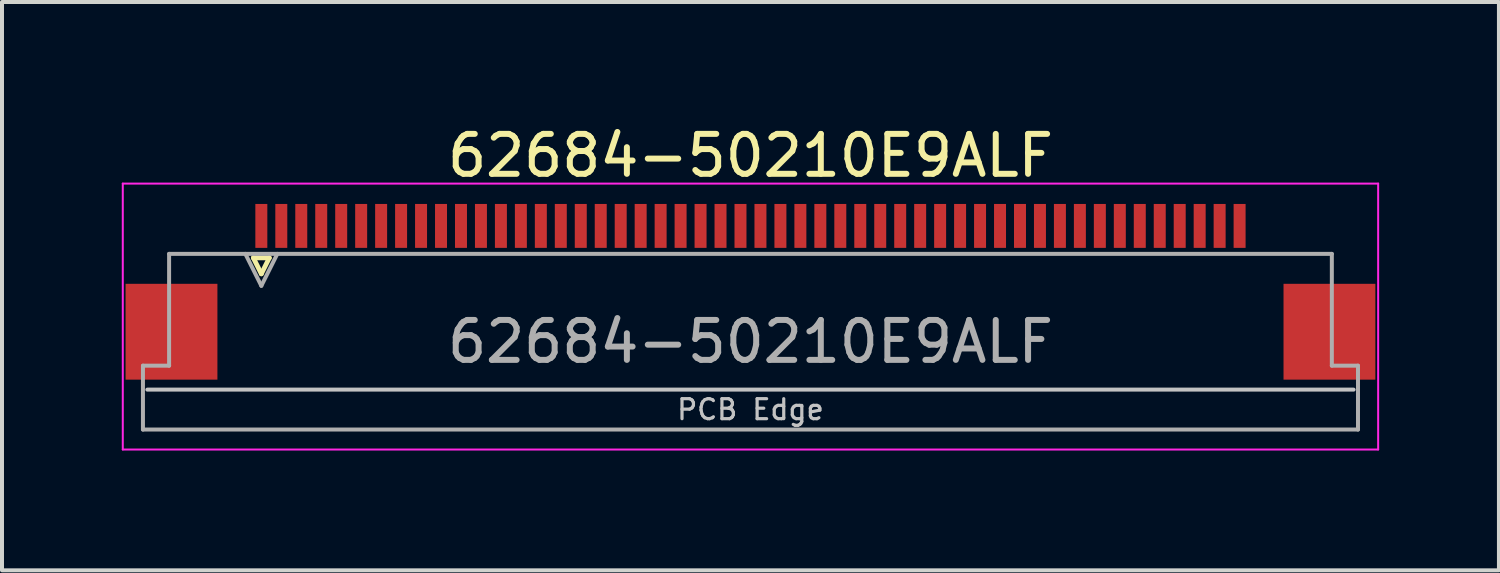
<source format=kicad_pcb>
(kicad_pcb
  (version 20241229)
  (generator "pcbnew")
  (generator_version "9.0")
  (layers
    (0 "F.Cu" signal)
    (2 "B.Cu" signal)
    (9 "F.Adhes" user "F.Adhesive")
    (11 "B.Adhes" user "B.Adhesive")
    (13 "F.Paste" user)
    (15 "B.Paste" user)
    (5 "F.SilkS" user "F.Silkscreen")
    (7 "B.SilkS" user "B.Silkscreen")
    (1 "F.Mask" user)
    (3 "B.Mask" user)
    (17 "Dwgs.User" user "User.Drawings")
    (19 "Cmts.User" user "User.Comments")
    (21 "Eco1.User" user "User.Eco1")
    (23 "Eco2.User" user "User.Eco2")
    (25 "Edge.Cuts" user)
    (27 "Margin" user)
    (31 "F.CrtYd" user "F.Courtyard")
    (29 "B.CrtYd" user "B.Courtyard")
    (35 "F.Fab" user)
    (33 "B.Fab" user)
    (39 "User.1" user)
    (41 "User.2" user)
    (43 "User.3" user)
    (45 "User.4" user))
  (footprint "62684-50210E9ALF"
    (layer "F.Cu")
    (at 15.745 3.958)
    (property "Reference" "62684-50210E9ALF" (at 0 -3.11 0) (layer "F.SilkS") (effects (font (size 1 1) (thickness 0.15))))
    (attr smd)
    (fp_line (start -12.45 -0.55) (end -12.25 -0.15) (stroke (width 0.12) (type solid)) (layer "F.SilkS"))
    (fp_line (start -12.25 -0.15) (end -12.05 -0.55) (stroke (width 0.12) (type solid)) (layer "F.SilkS"))
    (fp_line (start -12.05 -0.55) (end -12.45 -0.55) (stroke (width 0.12) (type solid)) (layer "F.SilkS"))
    (fp_line (start 15.105 2.75) (end -15.105 2.75) (stroke (width 0.1) (type solid)) (layer "Dwgs.User"))
    (fp_line (start -15.72 -2.41) (end -15.72 4.25) (stroke (width 0.05) (type solid)) (layer "F.CrtYd"))
    (fp_line (start -15.72 4.25) (end 15.72 4.25) (stroke (width 0.05) (type solid)) (layer "F.CrtYd"))
    (fp_line (start 15.72 -2.41) (end -15.72 -2.41) (stroke (width 0.05) (type solid)) (layer "F.CrtYd"))
    (fp_line (start 15.72 4.25) (end 15.72 -2.41) (stroke (width 0.05) (type solid)) (layer "F.CrtYd"))
    (fp_line (start -15.215 2.15) (end -14.56 2.15) (stroke (width 0.1) (type solid)) (layer "F.Fab"))
    (fp_line (start -15.215 3.75) (end -15.215 2.15) (stroke (width 0.1) (type solid)) (layer "F.Fab"))
    (fp_line (start -14.56 -0.65) (end 14.56 -0.65) (stroke (width 0.1) (type solid)) (layer "F.Fab"))
    (fp_line (start -14.56 2.15) (end -14.56 -0.65) (stroke (width 0.1) (type solid)) (layer "F.Fab"))
    (fp_line (start -12.65 -0.65) (end -12.25 0.15) (stroke (width 0.1) (type solid)) (layer "F.Fab"))
    (fp_line (start -12.25 0.15) (end -11.85 -0.65) (stroke (width 0.1) (type solid)) (layer "F.Fab"))
    (fp_line (start 14.56 -0.65) (end 14.56 2.15) (stroke (width 0.1) (type solid)) (layer "F.Fab"))
    (fp_line (start 14.56 2.15) (end 15.215 2.15) (stroke (width 0.1) (type solid)) (layer "F.Fab"))
    (fp_line (start 15.215 2.15) (end 15.215 3.75) (stroke (width 0.1) (type solid)) (layer "F.Fab"))
    (fp_line (start 15.215 3.75) (end -15.215 3.75) (stroke (width 0.1) (type solid)) (layer "F.Fab"))
    (fp_text user "PCB Edge" (at 0 3.25 0) (layer "Dwgs.User") (effects (font (size 0.5 0.5) (thickness 0.08))))
    (fp_text user "${REFERENCE}" (at 0 1.55 0) (layer "F.Fab") (effects (font (size 1 1) (thickness 0.15))))
    (pad "1" smd rect (at -12.25 -1.35) (size 0.3 1.1) (layers "F.Cu" "F.Mask" "F.Paste"))
    (pad "2" smd rect (at -11.75 -1.35) (size 0.3 1.1) (layers "F.Cu" "F.Mask" "F.Paste"))
    (pad "3" smd rect (at -11.25 -1.35) (size 0.3 1.1) (layers "F.Cu" "F.Mask" "F.Paste"))
    (pad "4" smd rect (at -10.75 -1.35) (size 0.3 1.1) (layers "F.Cu" "F.Mask" "F.Paste"))
    (pad "5" smd rect (at -10.25 -1.35) (size 0.3 1.1) (layers "F.Cu" "F.Mask" "F.Paste"))
    (pad "6" smd rect (at -9.75 -1.35) (size 0.3 1.1) (layers "F.Cu" "F.Mask" "F.Paste"))
    (pad "7" smd rect (at -9.25 -1.35) (size 0.3 1.1) (layers "F.Cu" "F.Mask" "F.Paste"))
    (pad "8" smd rect (at -8.75 -1.35) (size 0.3 1.1) (layers "F.Cu" "F.Mask" "F.Paste"))
    (pad "9" smd rect (at -8.25 -1.35) (size 0.3 1.1) (layers "F.Cu" "F.Mask" "F.Paste"))
    (pad "10" smd rect (at -7.75 -1.35) (size 0.3 1.1) (layers "F.Cu" "F.Mask" "F.Paste"))
    (pad "11" smd rect (at -7.25 -1.35) (size 0.3 1.1) (layers "F.Cu" "F.Mask" "F.Paste"))
    (pad "12" smd rect (at -6.75 -1.35) (size 0.3 1.1) (layers "F.Cu" "F.Mask" "F.Paste"))
    (pad "13" smd rect (at -6.25 -1.35) (size 0.3 1.1) (layers "F.Cu" "F.Mask" "F.Paste"))
    (pad "14" smd rect (at -5.75 -1.35) (size 0.3 1.1) (layers "F.Cu" "F.Mask" "F.Paste"))
    (pad "15" smd rect (at -5.25 -1.35) (size 0.3 1.1) (layers "F.Cu" "F.Mask" "F.Paste"))
    (pad "16" smd rect (at -4.75 -1.35) (size 0.3 1.1) (layers "F.Cu" "F.Mask" "F.Paste"))
    (pad "17" smd rect (at -4.25 -1.35) (size 0.3 1.1) (layers "F.Cu" "F.Mask" "F.Paste"))
    (pad "18" smd rect (at -3.75 -1.35) (size 0.3 1.1) (layers "F.Cu" "F.Mask" "F.Paste"))
    (pad "19" smd rect (at -3.25 -1.35) (size 0.3 1.1) (layers "F.Cu" "F.Mask" "F.Paste"))
    (pad "20" smd rect (at -2.75 -1.35) (size 0.3 1.1) (layers "F.Cu" "F.Mask" "F.Paste"))
    (pad "21" smd rect (at -2.25 -1.35) (size 0.3 1.1) (layers "F.Cu" "F.Mask" "F.Paste"))
    (pad "22" smd rect (at -1.75 -1.35) (size 0.3 1.1) (layers "F.Cu" "F.Mask" "F.Paste"))
    (pad "23" smd rect (at -1.25 -1.35) (size 0.3 1.1) (layers "F.Cu" "F.Mask" "F.Paste"))
    (pad "24" smd rect (at -0.75 -1.35) (size 0.3 1.1) (layers "F.Cu" "F.Mask" "F.Paste"))
    (pad "25" smd rect (at -0.25 -1.35) (size 0.3 1.1) (layers "F.Cu" "F.Mask" "F.Paste"))
    (pad "26" smd rect (at 0.25 -1.35) (size 0.3 1.1) (layers "F.Cu" "F.Mask" "F.Paste"))
    (pad "27" smd rect (at 0.75 -1.35) (size 0.3 1.1) (layers "F.Cu" "F.Mask" "F.Paste"))
    (pad "28" smd rect (at 1.25 -1.35) (size 0.3 1.1) (layers "F.Cu" "F.Mask" "F.Paste"))
    (pad "29" smd rect (at 1.75 -1.35) (size 0.3 1.1) (layers "F.Cu" "F.Mask" "F.Paste"))
    (pad "30" smd rect (at 2.25 -1.35) (size 0.3 1.1) (layers "F.Cu" "F.Mask" "F.Paste"))
    (pad "31" smd rect (at 2.75 -1.35) (size 0.3 1.1) (layers "F.Cu" "F.Mask" "F.Paste"))
    (pad "32" smd rect (at 3.25 -1.35) (size 0.3 1.1) (layers "F.Cu" "F.Mask" "F.Paste"))
    (pad "33" smd rect (at 3.75 -1.35) (size 0.3 1.1) (layers "F.Cu" "F.Mask" "F.Paste"))
    (pad "34" smd rect (at 4.25 -1.35) (size 0.3 1.1) (layers "F.Cu" "F.Mask" "F.Paste"))
    (pad "35" smd rect (at 4.75 -1.35) (size 0.3 1.1) (layers "F.Cu" "F.Mask" "F.Paste"))
    (pad "36" smd rect (at 5.25 -1.35) (size 0.3 1.1) (layers "F.Cu" "F.Mask" "F.Paste"))
    (pad "37" smd rect (at 5.75 -1.35) (size 0.3 1.1) (layers "F.Cu" "F.Mask" "F.Paste"))
    (pad "38" smd rect (at 6.25 -1.35) (size 0.3 1.1) (layers "F.Cu" "F.Mask" "F.Paste"))
    (pad "39" smd rect (at 6.75 -1.35) (size 0.3 1.1) (layers "F.Cu" "F.Mask" "F.Paste"))
    (pad "40" smd rect (at 7.25 -1.35) (size 0.3 1.1) (layers "F.Cu" "F.Mask" "F.Paste"))
    (pad "41" smd rect (at 7.75 -1.35) (size 0.3 1.1) (layers "F.Cu" "F.Mask" "F.Paste"))
    (pad "42" smd rect (at 8.25 -1.35) (size 0.3 1.1) (layers "F.Cu" "F.Mask" "F.Paste"))
    (pad "43" smd rect (at 8.75 -1.35) (size 0.3 1.1) (layers "F.Cu" "F.Mask" "F.Paste"))
    (pad "44" smd rect (at 9.25 -1.35) (size 0.3 1.1) (layers "F.Cu" "F.Mask" "F.Paste"))
    (pad "45" smd rect (at 9.75 -1.35) (size 0.3 1.1) (layers "F.Cu" "F.Mask" "F.Paste"))
    (pad "46" smd rect (at 10.25 -1.35) (size 0.3 1.1) (layers "F.Cu" "F.Mask" "F.Paste"))
    (pad "47" smd rect (at 10.75 -1.35) (size 0.3 1.1) (layers "F.Cu" "F.Mask" "F.Paste"))
    (pad "48" smd rect (at 11.25 -1.35) (size 0.3 1.1) (layers "F.Cu" "F.Mask" "F.Paste"))
    (pad "49" smd rect (at 11.75 -1.35) (size 0.3 1.1) (layers "F.Cu" "F.Mask" "F.Paste"))
    (pad "50" smd rect (at 12.25 -1.35) (size 0.3 1.1) (layers "F.Cu" "F.Mask" "F.Paste"))
    (pad "MP" smd rect (at -14.5 1.3) (size 2.3 2.4) (layers "F.Cu" "F.Mask" "F.Paste"))
    (pad "MP" smd rect (at 14.5 1.3) (size 2.3 2.4) (layers "F.Cu" "F.Mask" "F.Paste")))
  (gr_rect
    (start -3 -3)
    (end 34.49 11.233)
    (stroke (width 0.1) (type default))
    (fill no)
    (layer "Edge.Cuts")))
</source>
